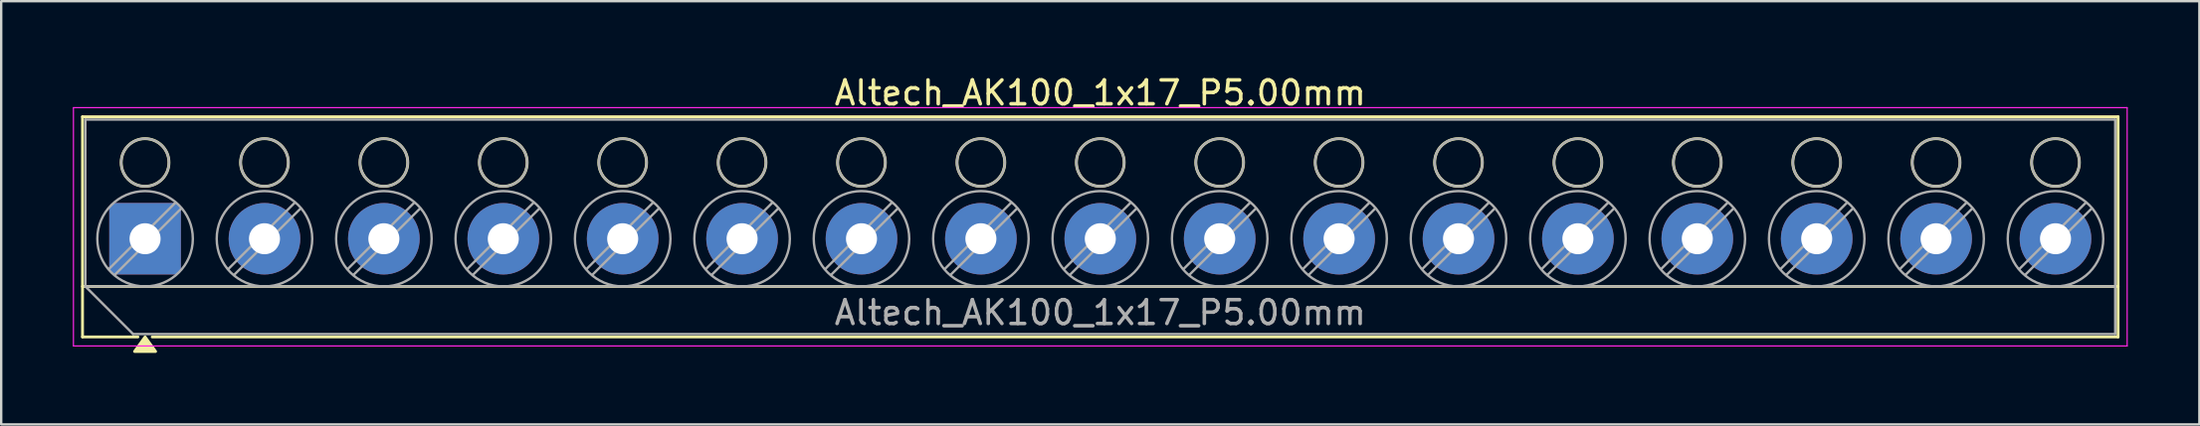
<source format=kicad_pcb>
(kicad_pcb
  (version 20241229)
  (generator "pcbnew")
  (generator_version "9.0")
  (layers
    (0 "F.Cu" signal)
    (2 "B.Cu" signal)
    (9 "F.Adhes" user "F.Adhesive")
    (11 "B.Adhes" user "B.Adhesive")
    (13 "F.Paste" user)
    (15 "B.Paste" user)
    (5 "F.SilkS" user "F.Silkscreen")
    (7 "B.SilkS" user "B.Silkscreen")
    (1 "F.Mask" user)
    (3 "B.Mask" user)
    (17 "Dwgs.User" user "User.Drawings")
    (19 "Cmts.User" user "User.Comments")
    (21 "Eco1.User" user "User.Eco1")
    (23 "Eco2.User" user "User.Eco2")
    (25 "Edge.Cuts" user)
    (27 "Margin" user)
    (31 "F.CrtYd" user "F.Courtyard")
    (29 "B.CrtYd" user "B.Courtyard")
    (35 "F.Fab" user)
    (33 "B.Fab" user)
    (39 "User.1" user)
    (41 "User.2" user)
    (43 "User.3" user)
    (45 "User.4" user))
  (footprint "Altech_AK100_1x17_P5.00mm"
    (layer "F.Cu")
    (at 3.025 6.968)
    (property "Reference" "Altech_AK100_1x17_P5.00mm" (at 40 -6.12 0) (layer "F.SilkS") (effects (font (size 1 1) (thickness 0.15))))
    (attr through_hole)
    (fp_line (start -2.62 -5.12) (end 82.62 -5.12) (stroke (width 0.12) (type solid)) (layer "F.SilkS"))
    (fp_line (start -2.62 2) (end 82.62 2) (stroke (width 0.12) (type solid)) (layer "F.SilkS"))
    (fp_line (start -2.62 4.12) (end -2.62 -5.12) (stroke (width 0.12) (type solid)) (layer "F.SilkS"))
    (fp_line (start -0.3 4.12) (end -2.62 4.12) (stroke (width 0.12) (type solid)) (layer "F.SilkS"))
    (fp_line (start 82.62 -5.12) (end 82.62 4.12) (stroke (width 0.12) (type solid)) (layer "F.SilkS"))
    (fp_line (start 82.62 4.12) (end 0.3 4.12) (stroke (width 0.12) (type solid)) (layer "F.SilkS"))
    (fp_circle (center 0 -3.2) (end 1 -3.2) (stroke (width 0.12) (type solid)) (fill no) (layer "F.SilkS"))
    (fp_circle (center 5 -3.2) (end 6 -3.2) (stroke (width 0.12) (type solid)) (fill no) (layer "F.SilkS"))
    (fp_circle (center 10 -3.2) (end 11 -3.2) (stroke (width 0.12) (type solid)) (fill no) (layer "F.SilkS"))
    (fp_circle (center 15 -3.2) (end 16 -3.2) (stroke (width 0.12) (type solid)) (fill no) (layer "F.SilkS"))
    (fp_circle (center 20 -3.2) (end 21 -3.2) (stroke (width 0.12) (type solid)) (fill no) (layer "F.SilkS"))
    (fp_circle (center 25 -3.2) (end 26 -3.2) (stroke (width 0.12) (type solid)) (fill no) (layer "F.SilkS"))
    (fp_circle (center 30 -3.2) (end 31 -3.2) (stroke (width 0.12) (type solid)) (fill no) (layer "F.SilkS"))
    (fp_circle (center 35 -3.2) (end 36 -3.2) (stroke (width 0.12) (type solid)) (fill no) (layer "F.SilkS"))
    (fp_circle (center 40 -3.2) (end 41 -3.2) (stroke (width 0.12) (type solid)) (fill no) (layer "F.SilkS"))
    (fp_circle (center 45 -3.2) (end 46 -3.2) (stroke (width 0.12) (type solid)) (fill no) (layer "F.SilkS"))
    (fp_circle (center 50 -3.2) (end 51 -3.2) (stroke (width 0.12) (type solid)) (fill no) (layer "F.SilkS"))
    (fp_circle (center 55 -3.2) (end 56 -3.2) (stroke (width 0.12) (type solid)) (fill no) (layer "F.SilkS"))
    (fp_circle (center 60 -3.2) (end 61 -3.2) (stroke (width 0.12) (type solid)) (fill no) (layer "F.SilkS"))
    (fp_circle (center 65 -3.2) (end 66 -3.2) (stroke (width 0.12) (type solid)) (fill no) (layer "F.SilkS"))
    (fp_circle (center 70 -3.2) (end 71 -3.2) (stroke (width 0.12) (type solid)) (fill no) (layer "F.SilkS"))
    (fp_circle (center 75 -3.2) (end 76 -3.2) (stroke (width 0.12) (type solid)) (fill no) (layer "F.SilkS"))
    (fp_circle (center 80 -3.2) (end 81 -3.2) (stroke (width 0.12) (type solid)) (fill no) (layer "F.SilkS"))
    (fp_poly (pts (xy 0 4.12) (xy 0.44 4.73) (xy -0.44 4.73)) (stroke (width 0.12) (type solid)) (fill yes) (layer "F.SilkS"))
    (fp_line (start -3 -5.5) (end -3 4.5) (stroke (width 0.05) (type solid)) (layer "F.CrtYd"))
    (fp_line (start -3 4.5) (end 83 4.5) (stroke (width 0.05) (type solid)) (layer "F.CrtYd"))
    (fp_line (start 83 -5.5) (end -3 -5.5) (stroke (width 0.05) (type solid)) (layer "F.CrtYd"))
    (fp_line (start 83 4.5) (end 83 -5.5) (stroke (width 0.05) (type solid)) (layer "F.CrtYd"))
    (fp_line (start -2.5 -5) (end 82.5 -5) (stroke (width 0.1) (type solid)) (layer "F.Fab"))
    (fp_line (start -2.5 2) (end -2.5 -5) (stroke (width 0.1) (type solid)) (layer "F.Fab"))
    (fp_line (start -2.5 2) (end 82.5 2) (stroke (width 0.1) (type solid)) (layer "F.Fab"))
    (fp_line (start -0.5 4) (end -2.5 2) (stroke (width 0.1) (type solid)) (layer "F.Fab"))
    (fp_line (start 1.273 -1.517) (end -1.517 1.273) (stroke (width 0.1) (type solid)) (layer "F.Fab"))
    (fp_line (start 1.517 -1.273) (end -1.273 1.517) (stroke (width 0.1) (type solid)) (layer "F.Fab"))
    (fp_line (start 6.273 -1.517) (end 3.483 1.273) (stroke (width 0.1) (type solid)) (layer "F.Fab"))
    (fp_line (start 6.517 -1.273) (end 3.727 1.517) (stroke (width 0.1) (type solid)) (layer "F.Fab"))
    (fp_line (start 11.273 -1.517) (end 8.483 1.273) (stroke (width 0.1) (type solid)) (layer "F.Fab"))
    (fp_line (start 11.517 -1.273) (end 8.727 1.517) (stroke (width 0.1) (type solid)) (layer "F.Fab"))
    (fp_line (start 16.273 -1.517) (end 13.483 1.273) (stroke (width 0.1) (type solid)) (layer "F.Fab"))
    (fp_line (start 16.517 -1.273) (end 13.727 1.517) (stroke (width 0.1) (type solid)) (layer "F.Fab"))
    (fp_line (start 21.273 -1.517) (end 18.483 1.273) (stroke (width 0.1) (type solid)) (layer "F.Fab"))
    (fp_line (start 21.517 -1.273) (end 18.727 1.517) (stroke (width 0.1) (type solid)) (layer "F.Fab"))
    (fp_line (start 26.273 -1.517) (end 23.483 1.273) (stroke (width 0.1) (type solid)) (layer "F.Fab"))
    (fp_line (start 26.517 -1.273) (end 23.727 1.517) (stroke (width 0.1) (type solid)) (layer "F.Fab"))
    (fp_line (start 31.273 -1.517) (end 28.483 1.273) (stroke (width 0.1) (type solid)) (layer "F.Fab"))
    (fp_line (start 31.517 -1.273) (end 28.727 1.517) (stroke (width 0.1) (type solid)) (layer "F.Fab"))
    (fp_line (start 36.273 -1.517) (end 33.483 1.273) (stroke (width 0.1) (type solid)) (layer "F.Fab"))
    (fp_line (start 36.517 -1.273) (end 33.727 1.517) (stroke (width 0.1) (type solid)) (layer "F.Fab"))
    (fp_line (start 41.273 -1.517) (end 38.483 1.273) (stroke (width 0.1) (type solid)) (layer "F.Fab"))
    (fp_line (start 41.517 -1.273) (end 38.727 1.517) (stroke (width 0.1) (type solid)) (layer "F.Fab"))
    (fp_line (start 46.273 -1.517) (end 43.483 1.273) (stroke (width 0.1) (type solid)) (layer "F.Fab"))
    (fp_line (start 46.517 -1.273) (end 43.727 1.517) (stroke (width 0.1) (type solid)) (layer "F.Fab"))
    (fp_line (start 51.273 -1.517) (end 48.483 1.273) (stroke (width 0.1) (type solid)) (layer "F.Fab"))
    (fp_line (start 51.517 -1.273) (end 48.727 1.517) (stroke (width 0.1) (type solid)) (layer "F.Fab"))
    (fp_line (start 56.273 -1.517) (end 53.483 1.273) (stroke (width 0.1) (type solid)) (layer "F.Fab"))
    (fp_line (start 56.517 -1.273) (end 53.727 1.517) (stroke (width 0.1) (type solid)) (layer "F.Fab"))
    (fp_line (start 61.273 -1.517) (end 58.483 1.273) (stroke (width 0.1) (type solid)) (layer "F.Fab"))
    (fp_line (start 61.517 -1.273) (end 58.727 1.517) (stroke (width 0.1) (type solid)) (layer "F.Fab"))
    (fp_line (start 66.273 -1.517) (end 63.483 1.273) (stroke (width 0.1) (type solid)) (layer "F.Fab"))
    (fp_line (start 66.517 -1.273) (end 63.727 1.517) (stroke (width 0.1) (type solid)) (layer "F.Fab"))
    (fp_line (start 71.273 -1.517) (end 68.483 1.273) (stroke (width 0.1) (type solid)) (layer "F.Fab"))
    (fp_line (start 71.517 -1.273) (end 68.727 1.517) (stroke (width 0.1) (type solid)) (layer "F.Fab"))
    (fp_line (start 76.273 -1.517) (end 73.483 1.273) (stroke (width 0.1) (type solid)) (layer "F.Fab"))
    (fp_line (start 76.517 -1.273) (end 73.727 1.517) (stroke (width 0.1) (type solid)) (layer "F.Fab"))
    (fp_line (start 81.273 -1.517) (end 78.483 1.273) (stroke (width 0.1) (type solid)) (layer "F.Fab"))
    (fp_line (start 81.517 -1.273) (end 78.727 1.517) (stroke (width 0.1) (type solid)) (layer "F.Fab"))
    (fp_line (start 82.5 -5) (end 82.5 4) (stroke (width 0.1) (type solid)) (layer "F.Fab"))
    (fp_line (start 82.5 4) (end -0.5 4) (stroke (width 0.1) (type solid)) (layer "F.Fab"))
    (fp_circle (center 0 -3.2) (end 1 -3.2) (stroke (width 0.1) (type solid)) (fill no) (layer "F.Fab"))
    (fp_circle (center 0 0) (end 2 0) (stroke (width 0.1) (type solid)) (fill no) (layer "F.Fab"))
    (fp_circle (center 5 -3.2) (end 6 -3.2) (stroke (width 0.1) (type solid)) (fill no) (layer "F.Fab"))
    (fp_circle (center 5 0) (end 7 0) (stroke (width 0.1) (type solid)) (fill no) (layer "F.Fab"))
    (fp_circle (center 10 -3.2) (end 11 -3.2) (stroke (width 0.1) (type solid)) (fill no) (layer "F.Fab"))
    (fp_circle (center 10 0) (end 12 0) (stroke (width 0.1) (type solid)) (fill no) (layer "F.Fab"))
    (fp_circle (center 15 -3.2) (end 16 -3.2) (stroke (width 0.1) (type solid)) (fill no) (layer "F.Fab"))
    (fp_circle (center 15 0) (end 17 0) (stroke (width 0.1) (type solid)) (fill no) (layer "F.Fab"))
    (fp_circle (center 20 -3.2) (end 21 -3.2) (stroke (width 0.1) (type solid)) (fill no) (layer "F.Fab"))
    (fp_circle (center 20 0) (end 22 0) (stroke (width 0.1) (type solid)) (fill no) (layer "F.Fab"))
    (fp_circle (center 25 -3.2) (end 26 -3.2) (stroke (width 0.1) (type solid)) (fill no) (layer "F.Fab"))
    (fp_circle (center 25 0) (end 27 0) (stroke (width 0.1) (type solid)) (fill no) (layer "F.Fab"))
    (fp_circle (center 30 -3.2) (end 31 -3.2) (stroke (width 0.1) (type solid)) (fill no) (layer "F.Fab"))
    (fp_circle (center 30 0) (end 32 0) (stroke (width 0.1) (type solid)) (fill no) (layer "F.Fab"))
    (fp_circle (center 35 -3.2) (end 36 -3.2) (stroke (width 0.1) (type solid)) (fill no) (layer "F.Fab"))
    (fp_circle (center 35 0) (end 37 0) (stroke (width 0.1) (type solid)) (fill no) (layer "F.Fab"))
    (fp_circle (center 40 -3.2) (end 41 -3.2) (stroke (width 0.1) (type solid)) (fill no) (layer "F.Fab"))
    (fp_circle (center 40 0) (end 42 0) (stroke (width 0.1) (type solid)) (fill no) (layer "F.Fab"))
    (fp_circle (center 45 -3.2) (end 46 -3.2) (stroke (width 0.1) (type solid)) (fill no) (layer "F.Fab"))
    (fp_circle (center 45 0) (end 47 0) (stroke (width 0.1) (type solid)) (fill no) (layer "F.Fab"))
    (fp_circle (center 50 -3.2) (end 51 -3.2) (stroke (width 0.1) (type solid)) (fill no) (layer "F.Fab"))
    (fp_circle (center 50 0) (end 52 0) (stroke (width 0.1) (type solid)) (fill no) (layer "F.Fab"))
    (fp_circle (center 55 -3.2) (end 56 -3.2) (stroke (width 0.1) (type solid)) (fill no) (layer "F.Fab"))
    (fp_circle (center 55 0) (end 57 0) (stroke (width 0.1) (type solid)) (fill no) (layer "F.Fab"))
    (fp_circle (center 60 -3.2) (end 61 -3.2) (stroke (width 0.1) (type solid)) (fill no) (layer "F.Fab"))
    (fp_circle (center 60 0) (end 62 0) (stroke (width 0.1) (type solid)) (fill no) (layer "F.Fab"))
    (fp_circle (center 65 -3.2) (end 66 -3.2) (stroke (width 0.1) (type solid)) (fill no) (layer "F.Fab"))
    (fp_circle (center 65 0) (end 67 0) (stroke (width 0.1) (type solid)) (fill no) (layer "F.Fab"))
    (fp_circle (center 70 -3.2) (end 71 -3.2) (stroke (width 0.1) (type solid)) (fill no) (layer "F.Fab"))
    (fp_circle (center 70 0) (end 72 0) (stroke (width 0.1) (type solid)) (fill no) (layer "F.Fab"))
    (fp_circle (center 75 -3.2) (end 76 -3.2) (stroke (width 0.1) (type solid)) (fill no) (layer "F.Fab"))
    (fp_circle (center 75 0) (end 77 0) (stroke (width 0.1) (type solid)) (fill no) (layer "F.Fab"))
    (fp_circle (center 80 -3.2) (end 81 -3.2) (stroke (width 0.1) (type solid)) (fill no) (layer "F.Fab"))
    (fp_circle (center 80 0) (end 82 0) (stroke (width 0.1) (type solid)) (fill no) (layer "F.Fab"))
    (fp_text user "${REFERENCE}" (at 40 3.1 0) (layer "F.Fab") (effects (font (size 1 1) (thickness 0.15))))
    (pad "1" thru_hole roundrect (at 0 0) (size 3 3) (drill 1.3) (layers "*.Cu" "*.Mask") (roundrect_rratio 0.083))
    (pad "2" thru_hole circle (at 5 0) (size 3 3) (drill 1.3) (layers "*.Cu" "*.Mask"))
    (pad "3" thru_hole circle (at 10 0) (size 3 3) (drill 1.3) (layers "*.Cu" "*.Mask"))
    (pad "4" thru_hole circle (at 15 0) (size 3 3) (drill 1.3) (layers "*.Cu" "*.Mask"))
    (pad "5" thru_hole circle (at 20 0) (size 3 3) (drill 1.3) (layers "*.Cu" "*.Mask"))
    (pad "6" thru_hole circle (at 25 0) (size 3 3) (drill 1.3) (layers "*.Cu" "*.Mask"))
    (pad "7" thru_hole circle (at 30 0) (size 3 3) (drill 1.3) (layers "*.Cu" "*.Mask"))
    (pad "8" thru_hole circle (at 35 0) (size 3 3) (drill 1.3) (layers "*.Cu" "*.Mask"))
    (pad "9" thru_hole circle (at 40 0) (size 3 3) (drill 1.3) (layers "*.Cu" "*.Mask"))
    (pad "10" thru_hole circle (at 45 0) (size 3 3) (drill 1.3) (layers "*.Cu" "*.Mask"))
    (pad "11" thru_hole circle (at 50 0) (size 3 3) (drill 1.3) (layers "*.Cu" "*.Mask"))
    (pad "12" thru_hole circle (at 55 0) (size 3 3) (drill 1.3) (layers "*.Cu" "*.Mask"))
    (pad "13" thru_hole circle (at 60 0) (size 3 3) (drill 1.3) (layers "*.Cu" "*.Mask"))
    (pad "14" thru_hole circle (at 65 0) (size 3 3) (drill 1.3) (layers "*.Cu" "*.Mask"))
    (pad "15" thru_hole circle (at 70 0) (size 3 3) (drill 1.3) (layers "*.Cu" "*.Mask"))
    (pad "16" thru_hole circle (at 75 0) (size 3 3) (drill 1.3) (layers "*.Cu" "*.Mask"))
    (pad "17" thru_hole circle (at 80 0) (size 3 3) (drill 1.3) (layers "*.Cu" "*.Mask")))
  (gr_rect
    (start -3 -3)
    (end 89.05 14.758)
    (stroke (width 0.1) (type default))
    (fill no)
    (layer "Edge.Cuts")))
</source>
